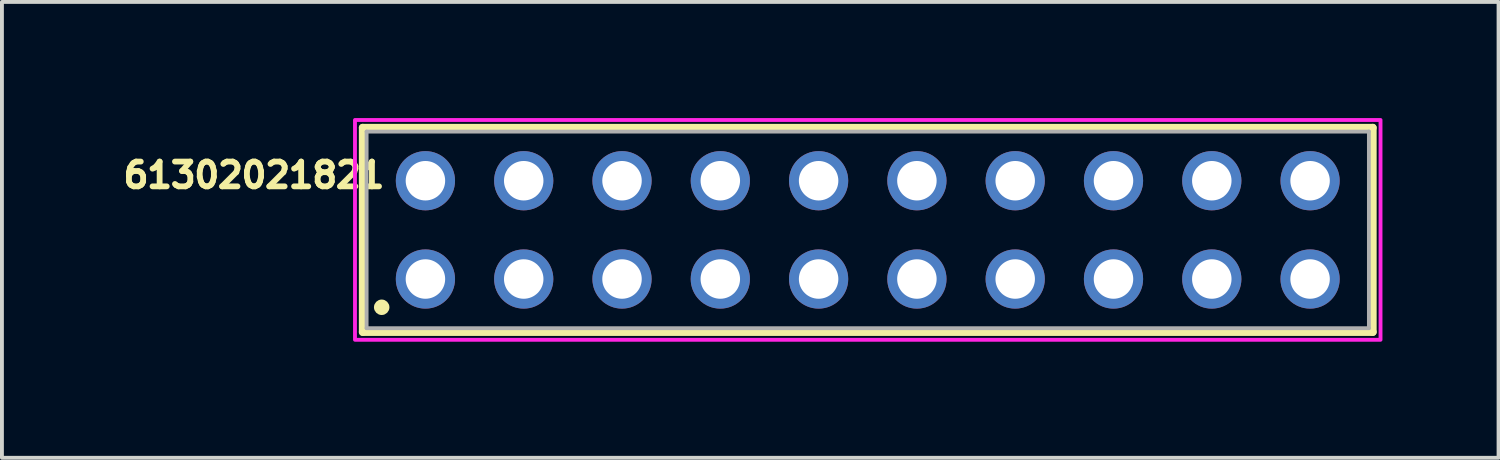
<source format=kicad_pcb>
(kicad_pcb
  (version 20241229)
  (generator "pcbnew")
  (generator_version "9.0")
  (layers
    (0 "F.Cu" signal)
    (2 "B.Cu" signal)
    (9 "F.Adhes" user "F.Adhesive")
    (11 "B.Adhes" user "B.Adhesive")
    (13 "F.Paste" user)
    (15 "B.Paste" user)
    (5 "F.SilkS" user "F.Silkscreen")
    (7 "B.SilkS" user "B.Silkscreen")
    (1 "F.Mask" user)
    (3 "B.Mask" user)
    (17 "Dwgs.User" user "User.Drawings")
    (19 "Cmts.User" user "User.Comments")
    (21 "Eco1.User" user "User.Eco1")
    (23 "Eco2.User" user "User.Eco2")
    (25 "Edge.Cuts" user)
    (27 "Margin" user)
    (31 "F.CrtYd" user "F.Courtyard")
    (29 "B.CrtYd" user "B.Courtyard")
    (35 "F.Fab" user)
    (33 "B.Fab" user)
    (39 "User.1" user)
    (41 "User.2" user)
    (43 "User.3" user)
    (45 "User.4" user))
  (footprint "61302021821"
    (layer "F.Cu")
    (at 19.373 2.89)
    (property "Reference" "61302021821" (at -15.86 -1.413 0) (layer "F.SilkS") (effects (font (size 0.64 0.64) (thickness 0.15))))
    (attr through_hole)
    (fp_line (start -13.05 -2.64) (end 13.05 -2.64) (stroke (width 0.2) (type solid)) (layer "F.SilkS"))
    (fp_line (start -13.05 2.64) (end -13.05 -2.64) (stroke (width 0.2) (type solid)) (layer "F.SilkS"))
    (fp_line (start 13.05 -2.64) (end 13.05 2.64) (stroke (width 0.2) (type solid)) (layer "F.SilkS"))
    (fp_line (start 13.05 2.64) (end -13.05 2.64) (stroke (width 0.2) (type solid)) (layer "F.SilkS"))
    (fp_circle (center -12.56 2) (end -12.46 2) (stroke (width 0.2) (type solid)) (fill no) (layer "F.SilkS"))
    (fp_poly (pts (xy -13.25 -2.84) (xy 13.25 -2.84) (xy 13.25 2.84) (xy -13.25 2.84)) (stroke (width 0.1) (type solid)) (fill no) (layer "F.CrtYd"))
    (fp_line (start -12.95 -2.54) (end -12.95 2.54) (stroke (width 0.1) (type solid)) (layer "F.Fab"))
    (fp_line (start -12.95 2.54) (end 12.95 2.54) (stroke (width 0.1) (type solid)) (layer "F.Fab"))
    (fp_line (start 12.95 -2.54) (end -12.95 -2.54) (stroke (width 0.1) (type solid)) (layer "F.Fab"))
    (fp_line (start 12.95 2.54) (end 12.95 -2.54) (stroke (width 0.1) (type solid)) (layer "F.Fab"))
    (pad "1" thru_hole circle (at -11.43 1.27) (size 1.53 1.53) (drill 1.02) (layers "*.Cu" "*.Mask"))
    (pad "2" thru_hole circle (at -11.43 -1.27) (size 1.53 1.53) (drill 1.02) (layers "*.Cu" "*.Mask"))
    (pad "3" thru_hole circle (at -8.89 1.27) (size 1.53 1.53) (drill 1.02) (layers "*.Cu" "*.Mask"))
    (pad "4" thru_hole circle (at -8.89 -1.27) (size 1.53 1.53) (drill 1.02) (layers "*.Cu" "*.Mask"))
    (pad "5" thru_hole circle (at -6.35 1.27) (size 1.53 1.53) (drill 1.02) (layers "*.Cu" "*.Mask"))
    (pad "6" thru_hole circle (at -6.35 -1.27) (size 1.53 1.53) (drill 1.02) (layers "*.Cu" "*.Mask"))
    (pad "7" thru_hole circle (at -3.81 1.27) (size 1.53 1.53) (drill 1.02) (layers "*.Cu" "*.Mask"))
    (pad "8" thru_hole circle (at -3.81 -1.27) (size 1.53 1.53) (drill 1.02) (layers "*.Cu" "*.Mask"))
    (pad "9" thru_hole circle (at -1.27 1.27) (size 1.53 1.53) (drill 1.02) (layers "*.Cu" "*.Mask"))
    (pad "10" thru_hole circle (at -1.27 -1.27) (size 1.53 1.53) (drill 1.02) (layers "*.Cu" "*.Mask"))
    (pad "11" thru_hole circle (at 1.27 1.27) (size 1.53 1.53) (drill 1.02) (layers "*.Cu" "*.Mask"))
    (pad "12" thru_hole circle (at 1.27 -1.27) (size 1.53 1.53) (drill 1.02) (layers "*.Cu" "*.Mask"))
    (pad "13" thru_hole circle (at 3.81 1.27) (size 1.53 1.53) (drill 1.02) (layers "*.Cu" "*.Mask"))
    (pad "14" thru_hole circle (at 3.81 -1.27) (size 1.53 1.53) (drill 1.02) (layers "*.Cu" "*.Mask"))
    (pad "15" thru_hole circle (at 6.35 1.27) (size 1.53 1.53) (drill 1.02) (layers "*.Cu" "*.Mask"))
    (pad "16" thru_hole circle (at 6.35 -1.27) (size 1.53 1.53) (drill 1.02) (layers "*.Cu" "*.Mask"))
    (pad "17" thru_hole circle (at 8.89 1.27) (size 1.53 1.53) (drill 1.02) (layers "*.Cu" "*.Mask"))
    (pad "18" thru_hole circle (at 8.89 -1.27) (size 1.53 1.53) (drill 1.02) (layers "*.Cu" "*.Mask"))
    (pad "19" thru_hole circle (at 11.43 1.27) (size 1.53 1.53) (drill 1.02) (layers "*.Cu" "*.Mask"))
    (pad "20" thru_hole circle (at 11.43 -1.27) (size 1.53 1.53) (drill 1.02) (layers "*.Cu" "*.Mask")))
  (gr_rect
    (start -3 -3)
    (end 35.673 8.78)
    (stroke (width 0.1) (type default))
    (fill no)
    (layer "Edge.Cuts")))
</source>
